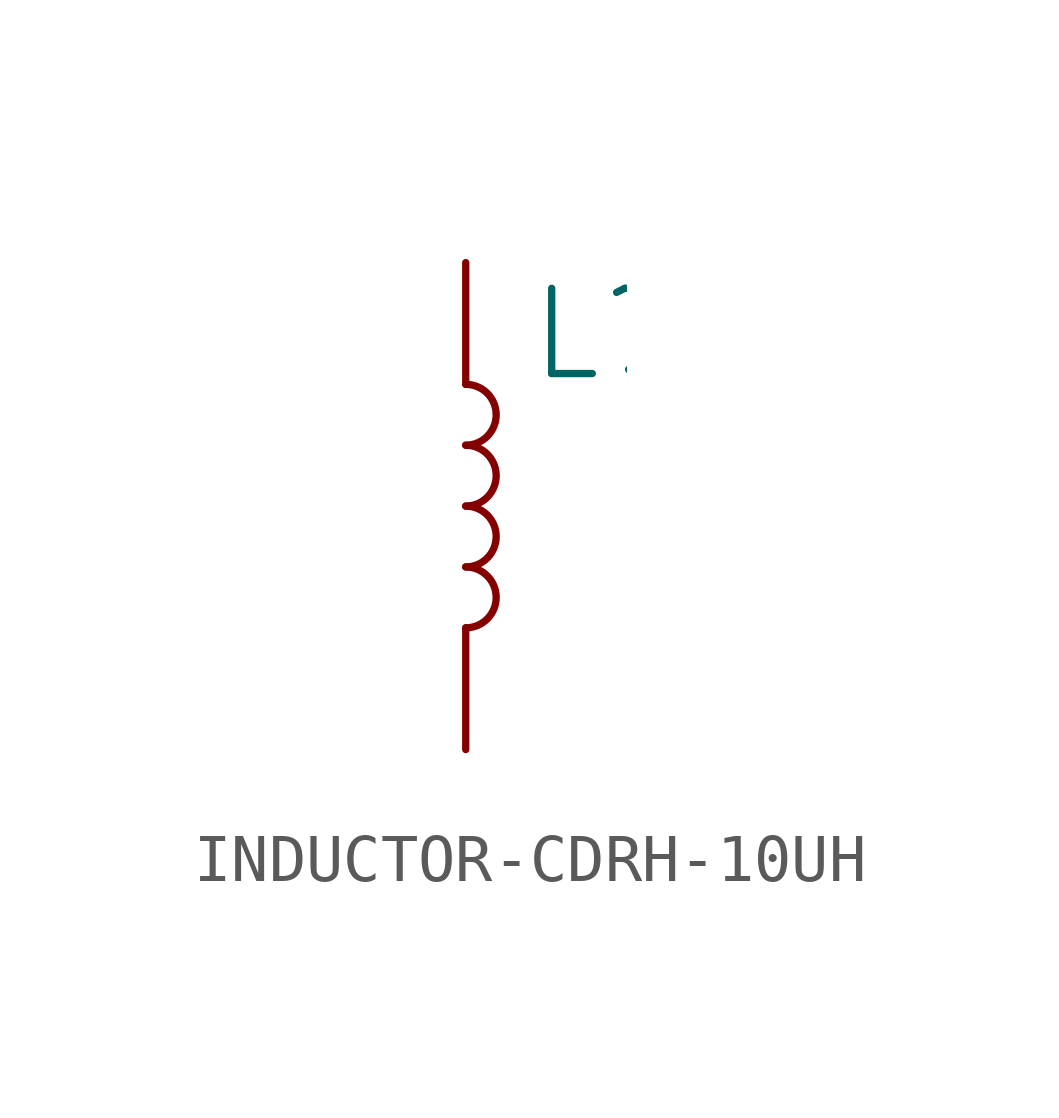
<source format=kicad_sym>
(kicad_symbol_lib
  (version 20231120)
  (generator "kicad_symbol_editor")
  (generator_version "8.0")
  (symbol "INDUCTOR-CDRH-10UH"
    (property "Reference" "L"
      (at 1.27 2.54 0)
      (effects (font (size 1.778 1.778)) (justify left bottom)))
    (property "Value" ""
      (at 1.27 -2.54 0)
      (effects (font (size 1.778 1.778)) (justify left top)))
    (property "ki_locked" ""
      (at 0 0 0)
      (effects (font (size 1.27 1.27))))
    (symbol "INDUCTOR-CDRH-10UH_1_0"
      (arc (start 0 -2.54) (mid 0.635 -1.905) (end 0 -1.27) (stroke (width 0.1524) (type solid)) (fill (type none)))
      (arc (start 0 -1.27) (mid 0.635 -0.635) (end 0 0) (stroke (width 0.1524) (type solid)) (fill (type none)))
      (arc (start 0 0) (mid 0.635 0.635) (end 0 1.27) (stroke (width 0.1524) (type solid)) (fill (type none)))
      (arc (start 0 1.27) (mid 0.635 1.905) (end 0 2.54) (stroke (width 0.1524) (type solid)) (fill (type none)))
      (pin passive line (at 0 5.08 270) (length 2.54) (name "1" (effects (font (size 0 0)))) (number "P$1" (effects (font (size 0 0)))))
      (pin passive line (at 0 -5.08 90) (length 2.54) (name "2" (effects (font (size 0 0)))) (number "P$2" (effects (font (size 0 0))))))))
</source>
